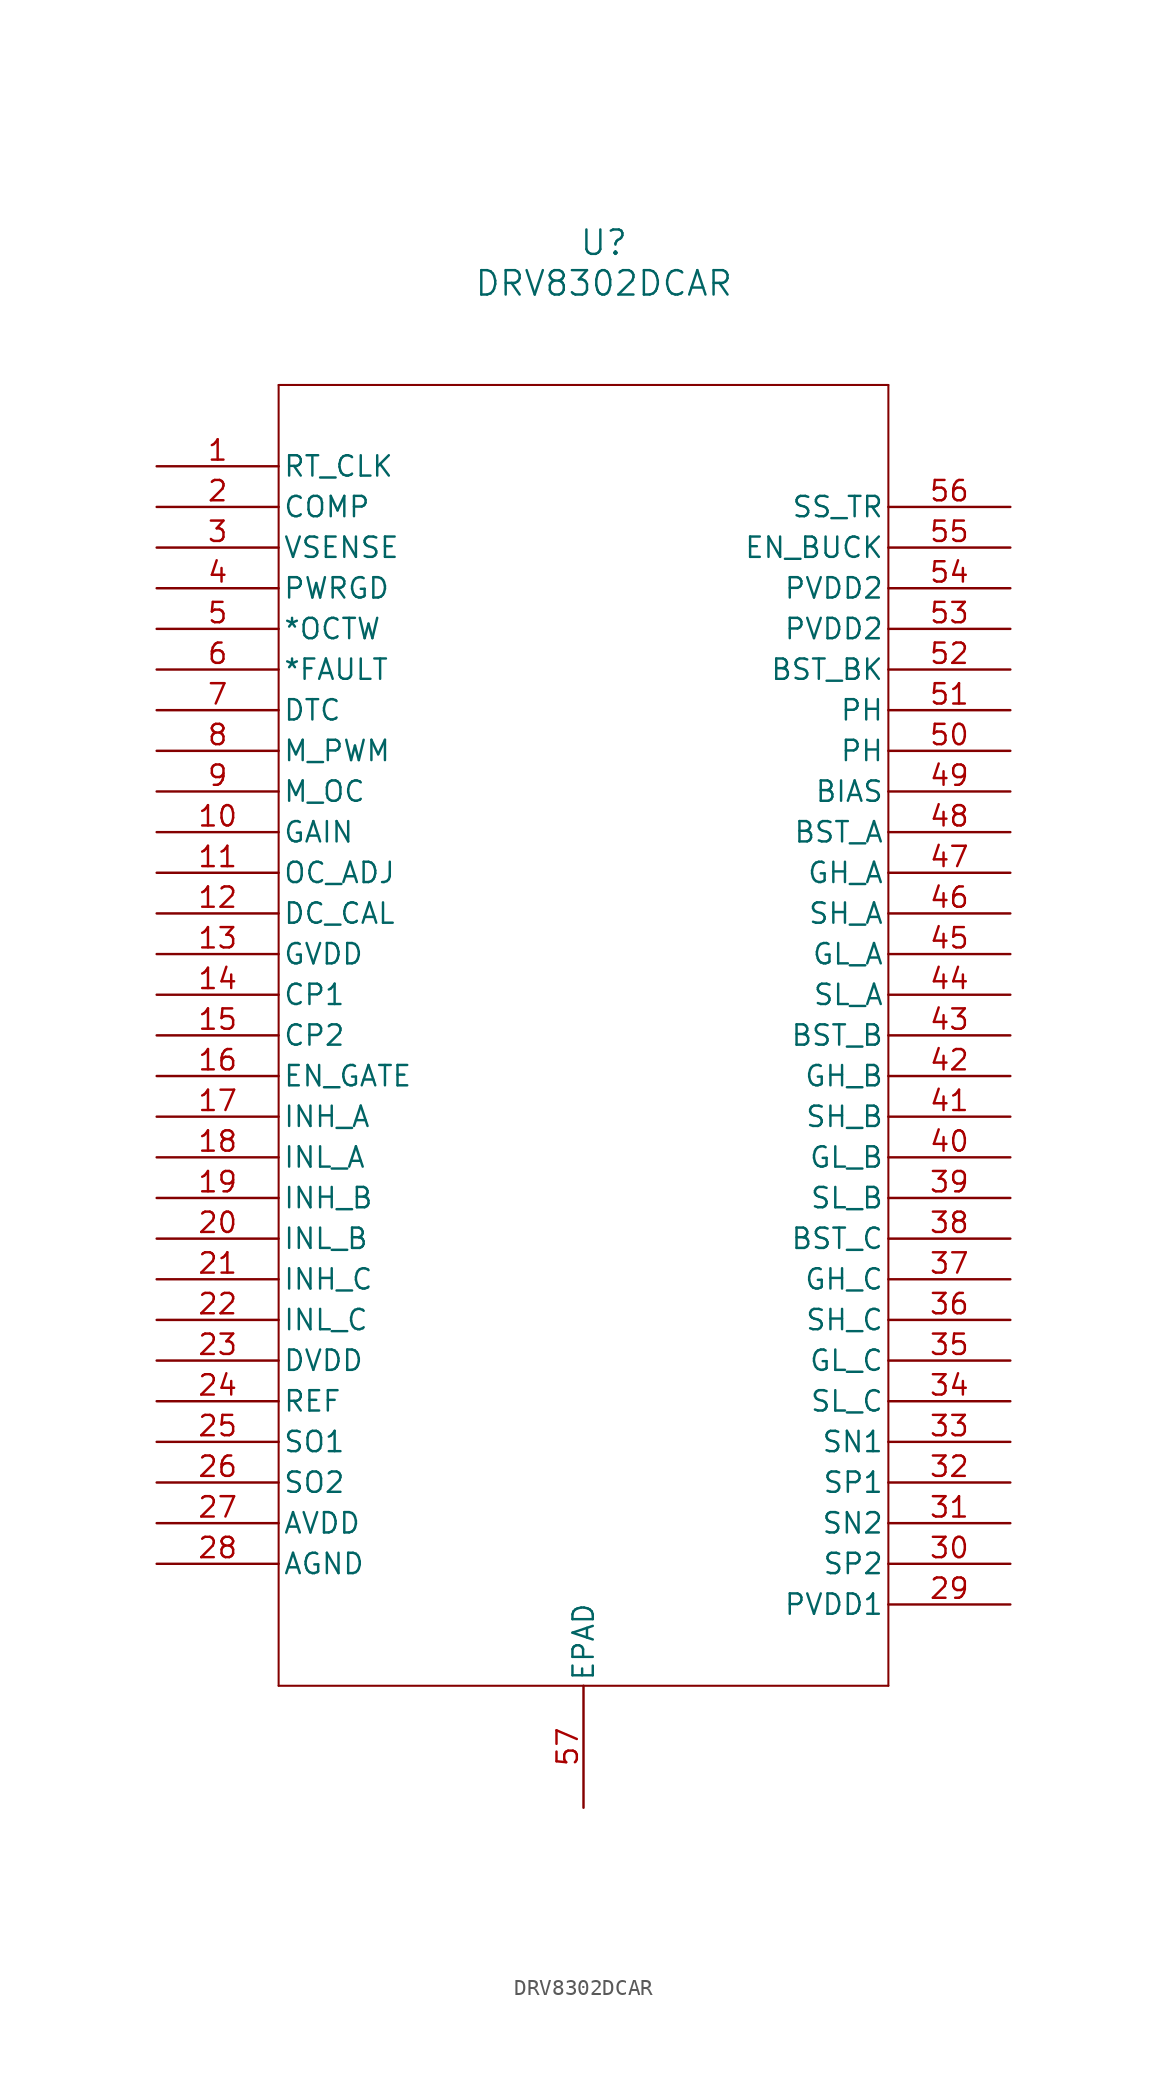
<source format=kicad_sym>
(kicad_symbol_lib
  (version 20220914)
  (generator kicad_symbol_editor)
  (symbol "DRV8302DCAR"
    (pin_names
      (offset 0.254))
    (property "Reference" "U"
      (at 27.94 13.97 0)
      (effects (font (size 1.524 1.524))))
    (property "Value" "DRV8302DCAR"
      (at 27.94 11.43 0)
      (effects (font (size 1.524 1.524))))
    (property "ki_locked" ""
      (at 0 0 0)
      (effects (font (size 1.27 1.27))))
    (symbol "DRV8302DCAR_0_1"
      (polyline (pts (xy 7.62 -76.2) (xy 45.72 -76.2)) (stroke (width 0.127) (type default)) (fill (type none)))
      (polyline (pts (xy 7.62 5.08) (xy 7.62 -76.2)) (stroke (width 0.127) (type default)) (fill (type none)))
      (polyline (pts (xy 45.72 -76.2) (xy 45.72 5.08)) (stroke (width 0.127) (type default)) (fill (type none)))
      (polyline (pts (xy 45.72 5.08) (xy 7.62 5.08)) (stroke (width 0.127) (type default)) (fill (type none)))
      (pin input line (at 0 0 0) (length 7.62) (name "RT_CLK" (effects (font (size 1.27 1.27)))) (number "1" (effects (font (size 1.27 1.27)))))
      (pin output line (at 0 -22.86 0) (length 7.62) (name "GAIN" (effects (font (size 1.27 1.27)))) (number "10" (effects (font (size 1.27 1.27)))))
      (pin input line (at 0 -25.4 0) (length 7.62) (name "OC_ADJ" (effects (font (size 1.27 1.27)))) (number "11" (effects (font (size 1.27 1.27)))))
      (pin input line (at 0 -27.94 0) (length 7.62) (name "DC_CAL" (effects (font (size 1.27 1.27)))) (number "12" (effects (font (size 1.27 1.27)))))
      (pin power_in line (at 0 -30.48 0) (length 7.62) (name "GVDD" (effects (font (size 1.27 1.27)))) (number "13" (effects (font (size 1.27 1.27)))))
      (pin power_in line (at 0 -33.02 0) (length 7.62) (name "CP1" (effects (font (size 1.27 1.27)))) (number "14" (effects (font (size 1.27 1.27)))))
      (pin power_in line (at 0 -35.56 0) (length 7.62) (name "CP2" (effects (font (size 1.27 1.27)))) (number "15" (effects (font (size 1.27 1.27)))))
      (pin input line (at 0 -38.1 0) (length 7.62) (name "EN_GATE" (effects (font (size 1.27 1.27)))) (number "16" (effects (font (size 1.27 1.27)))))
      (pin input line (at 0 -40.64 0) (length 7.62) (name "INH_A" (effects (font (size 1.27 1.27)))) (number "17" (effects (font (size 1.27 1.27)))))
      (pin input line (at 0 -43.18 0) (length 7.62) (name "INL_A" (effects (font (size 1.27 1.27)))) (number "18" (effects (font (size 1.27 1.27)))))
      (pin input line (at 0 -45.72 0) (length 7.62) (name "INH_B" (effects (font (size 1.27 1.27)))) (number "19" (effects (font (size 1.27 1.27)))))
      (pin output line (at 0 -2.54 0) (length 7.62) (name "COMP" (effects (font (size 1.27 1.27)))) (number "2" (effects (font (size 1.27 1.27)))))
      (pin input line (at 0 -48.26 0) (length 7.62) (name "INL_B" (effects (font (size 1.27 1.27)))) (number "20" (effects (font (size 1.27 1.27)))))
      (pin input line (at 0 -50.8 0) (length 7.62) (name "INH_C" (effects (font (size 1.27 1.27)))) (number "21" (effects (font (size 1.27 1.27)))))
      (pin input line (at 0 -53.34 0) (length 7.62) (name "INL_C" (effects (font (size 1.27 1.27)))) (number "22" (effects (font (size 1.27 1.27)))))
      (pin power_in line (at 0 -55.88 0) (length 7.62) (name "DVDD" (effects (font (size 1.27 1.27)))) (number "23" (effects (font (size 1.27 1.27)))))
      (pin input line (at 0 -58.42 0) (length 7.62) (name "REF" (effects (font (size 1.27 1.27)))) (number "24" (effects (font (size 1.27 1.27)))))
      (pin output line (at 0 -60.96 0) (length 7.62) (name "SO1" (effects (font (size 1.27 1.27)))) (number "25" (effects (font (size 1.27 1.27)))))
      (pin output line (at 0 -63.5 0) (length 7.62) (name "SO2" (effects (font (size 1.27 1.27)))) (number "26" (effects (font (size 1.27 1.27)))))
      (pin power_in line (at 0 -66.04 0) (length 7.62) (name "AVDD" (effects (font (size 1.27 1.27)))) (number "27" (effects (font (size 1.27 1.27)))))
      (pin power_in line (at 0 -68.58 0) (length 7.62) (name "AGND" (effects (font (size 1.27 1.27)))) (number "28" (effects (font (size 1.27 1.27)))))
      (pin power_in line (at 53.34 -71.12 180) (length 7.62) (name "PVDD1" (effects (font (size 1.27 1.27)))) (number "29" (effects (font (size 1.27 1.27)))))
      (pin input line (at 0 -5.08 0) (length 7.62) (name "VSENSE" (effects (font (size 1.27 1.27)))) (number "3" (effects (font (size 1.27 1.27)))))
      (pin input line (at 53.34 -68.58 180) (length 7.62) (name "SP2" (effects (font (size 1.27 1.27)))) (number "30" (effects (font (size 1.27 1.27)))))
      (pin input line (at 53.34 -66.04 180) (length 7.62) (name "SN2" (effects (font (size 1.27 1.27)))) (number "31" (effects (font (size 1.27 1.27)))))
      (pin input line (at 53.34 -63.5 180) (length 7.62) (name "SP1" (effects (font (size 1.27 1.27)))) (number "32" (effects (font (size 1.27 1.27)))))
      (pin input line (at 53.34 -60.96 180) (length 7.62) (name "SN1" (effects (font (size 1.27 1.27)))) (number "33" (effects (font (size 1.27 1.27)))))
      (pin input line (at 53.34 -58.42 180) (length 7.62) (name "SL_C" (effects (font (size 1.27 1.27)))) (number "34" (effects (font (size 1.27 1.27)))))
      (pin output line (at 53.34 -55.88 180) (length 7.62) (name "GL_C" (effects (font (size 1.27 1.27)))) (number "35" (effects (font (size 1.27 1.27)))))
      (pin input line (at 53.34 -53.34 180) (length 7.62) (name "SH_C" (effects (font (size 1.27 1.27)))) (number "36" (effects (font (size 1.27 1.27)))))
      (pin output line (at 53.34 -50.8 180) (length 7.62) (name "GH_C" (effects (font (size 1.27 1.27)))) (number "37" (effects (font (size 1.27 1.27)))))
      (pin power_in line (at 53.34 -48.26 180) (length 7.62) (name "BST_C" (effects (font (size 1.27 1.27)))) (number "38" (effects (font (size 1.27 1.27)))))
      (pin input line (at 53.34 -45.72 180) (length 7.62) (name "SL_B" (effects (font (size 1.27 1.27)))) (number "39" (effects (font (size 1.27 1.27)))))
      (pin input line (at 0 -7.62 0) (length 7.62) (name "PWRGD" (effects (font (size 1.27 1.27)))) (number "4" (effects (font (size 1.27 1.27)))))
      (pin output line (at 53.34 -43.18 180) (length 7.62) (name "GL_B" (effects (font (size 1.27 1.27)))) (number "40" (effects (font (size 1.27 1.27)))))
      (pin input line (at 53.34 -40.64 180) (length 7.62) (name "SH_B" (effects (font (size 1.27 1.27)))) (number "41" (effects (font (size 1.27 1.27)))))
      (pin output line (at 53.34 -38.1 180) (length 7.62) (name "GH_B" (effects (font (size 1.27 1.27)))) (number "42" (effects (font (size 1.27 1.27)))))
      (pin power_in line (at 53.34 -35.56 180) (length 7.62) (name "BST_B" (effects (font (size 1.27 1.27)))) (number "43" (effects (font (size 1.27 1.27)))))
      (pin input line (at 53.34 -33.02 180) (length 7.62) (name "SL_A" (effects (font (size 1.27 1.27)))) (number "44" (effects (font (size 1.27 1.27)))))
      (pin output line (at 53.34 -30.48 180) (length 7.62) (name "GL_A" (effects (font (size 1.27 1.27)))) (number "45" (effects (font (size 1.27 1.27)))))
      (pin input line (at 53.34 -27.94 180) (length 7.62) (name "SH_A" (effects (font (size 1.27 1.27)))) (number "46" (effects (font (size 1.27 1.27)))))
      (pin output line (at 53.34 -25.4 180) (length 7.62) (name "GH_A" (effects (font (size 1.27 1.27)))) (number "47" (effects (font (size 1.27 1.27)))))
      (pin power_in line (at 53.34 -22.86 180) (length 7.62) (name "BST_A" (effects (font (size 1.27 1.27)))) (number "48" (effects (font (size 1.27 1.27)))))
      (pin input line (at 53.34 -20.32 180) (length 7.62) (name "BIAS" (effects (font (size 1.27 1.27)))) (number "49" (effects (font (size 1.27 1.27)))))
      (pin output line (at 0 -10.16 0) (length 7.62) (name "*OCTW" (effects (font (size 1.27 1.27)))) (number "5" (effects (font (size 1.27 1.27)))))
      (pin output line (at 53.34 -17.78 180) (length 7.62) (name "PH" (effects (font (size 1.27 1.27)))) (number "50" (effects (font (size 1.27 1.27)))))
      (pin output line (at 53.34 -15.24 180) (length 7.62) (name "PH" (effects (font (size 1.27 1.27)))) (number "51" (effects (font (size 1.27 1.27)))))
      (pin power_in line (at 53.34 -12.7 180) (length 7.62) (name "BST_BK" (effects (font (size 1.27 1.27)))) (number "52" (effects (font (size 1.27 1.27)))))
      (pin power_in line (at 53.34 -10.16 180) (length 7.62) (name "PVDD2" (effects (font (size 1.27 1.27)))) (number "53" (effects (font (size 1.27 1.27)))))
      (pin power_in line (at 53.34 -7.62 180) (length 7.62) (name "PVDD2" (effects (font (size 1.27 1.27)))) (number "54" (effects (font (size 1.27 1.27)))))
      (pin input line (at 53.34 -5.08 180) (length 7.62) (name "EN_BUCK" (effects (font (size 1.27 1.27)))) (number "55" (effects (font (size 1.27 1.27)))))
      (pin input line (at 53.34 -2.54 180) (length 7.62) (name "SS_TR" (effects (font (size 1.27 1.27)))) (number "56" (effects (font (size 1.27 1.27)))))
      (pin unspecified line (at 26.67 -83.82 90) (length 7.62) (name "EPAD" (effects (font (size 1.27 1.27)))) (number "57" (effects (font (size 1.27 1.27)))))
      (pin output line (at 0 -12.7 0) (length 7.62) (name "*FAULT" (effects (font (size 1.27 1.27)))) (number "6" (effects (font (size 1.27 1.27)))))
      (pin input line (at 0 -15.24 0) (length 7.62) (name "DTC" (effects (font (size 1.27 1.27)))) (number "7" (effects (font (size 1.27 1.27)))))
      (pin input line (at 0 -17.78 0) (length 7.62) (name "M_PWM" (effects (font (size 1.27 1.27)))) (number "8" (effects (font (size 1.27 1.27)))))
      (pin input line (at 0 -20.32 0) (length 7.62) (name "M_OC" (effects (font (size 1.27 1.27)))) (number "9" (effects (font (size 1.27 1.27))))))))
</source>
